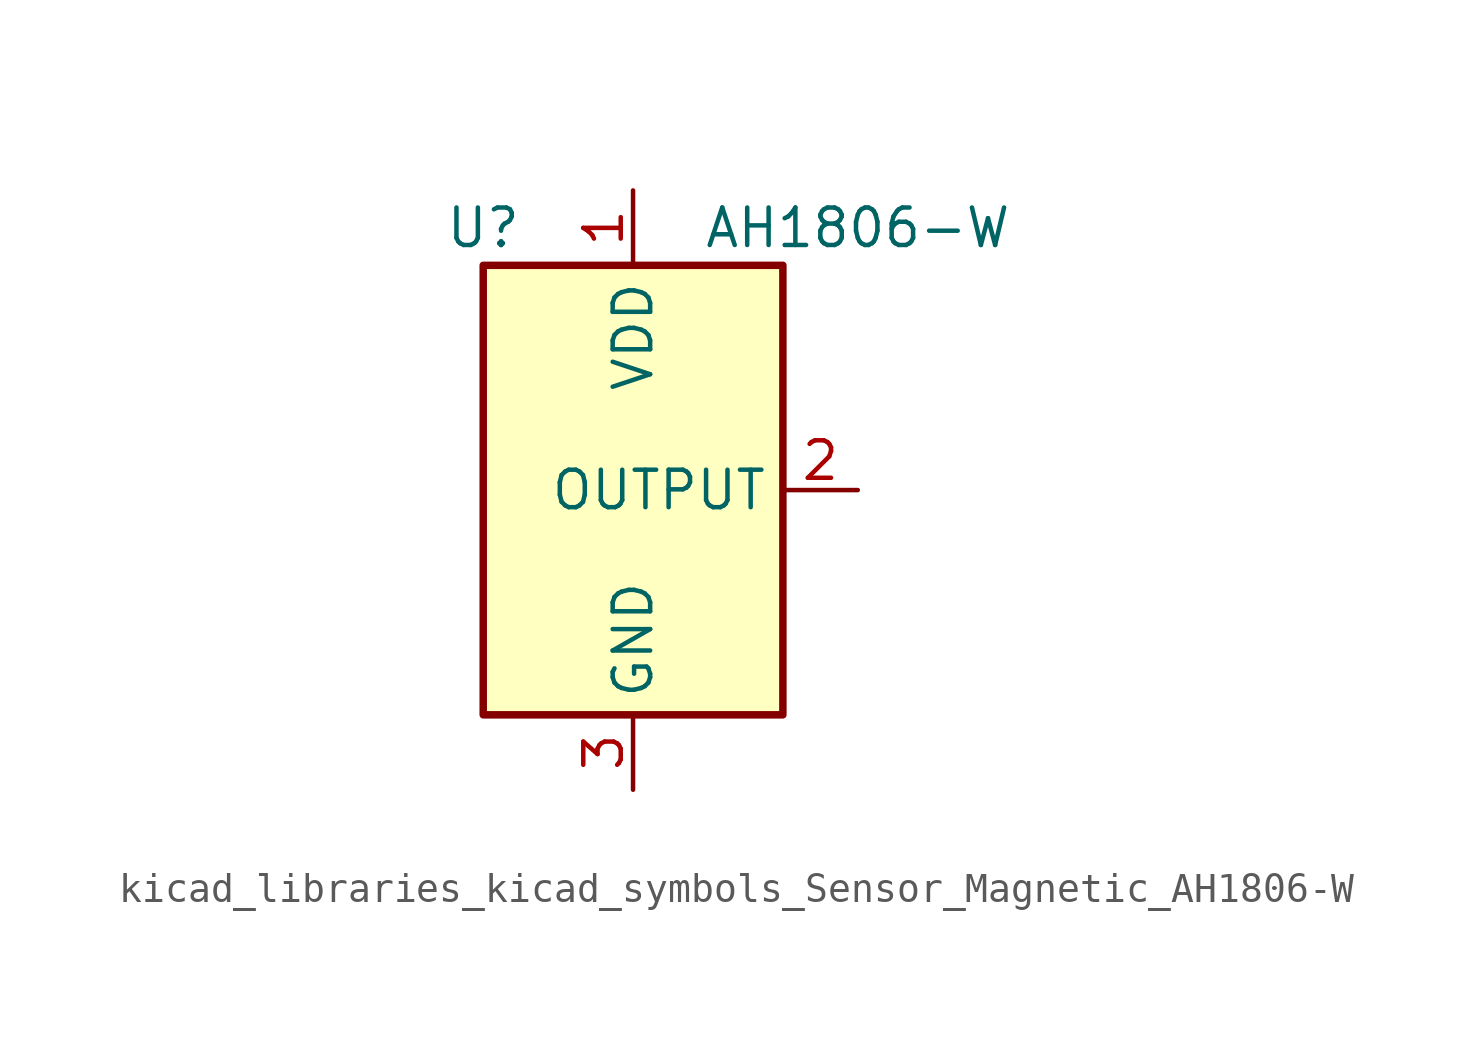
<source format=kicad_sym>
(kicad_symbol_lib
  (version 20220914)
  (generator kicad_symbol_editor)
  (symbol "kicad_libraries_kicad_symbols_Sensor_Magnetic_AH1806-W"
    (property "Reference" "U"
      (at -5.08 8.89 0)
      (effects (font (size 1.27 1.27))))
    (property "Value" "AH1806-W"
      (at 7.62 8.89 0)
      (effects (font (size 1.27 1.27))))
    (symbol "kicad_libraries_kicad_symbols_Sensor_Magnetic_AH1806-W_0_1"
      (rectangle (start 5.08 7.62) (end -5.08 -7.62) (stroke (width 0.254) (type default)) (fill (type background))))
    (symbol "kicad_libraries_kicad_symbols_Sensor_Magnetic_AH1806-W_1_1"
      (pin power_in line (at 0 10.16 270) (length 2.54) (name "VDD" (effects (font (size 1.27 1.27)))) (number "1" (effects (font (size 1.27 1.27)))))
      (pin open_collector line (at 7.62 0 180) (length 2.54) (name "OUTPUT" (effects (font (size 1.27 1.27)))) (number "2" (effects (font (size 1.27 1.27)))))
      (pin power_in line (at 0 -10.16 90) (length 2.54) (name "GND" (effects (font (size 1.27 1.27)))) (number "3" (effects (font (size 1.27 1.27))))))))
</source>
